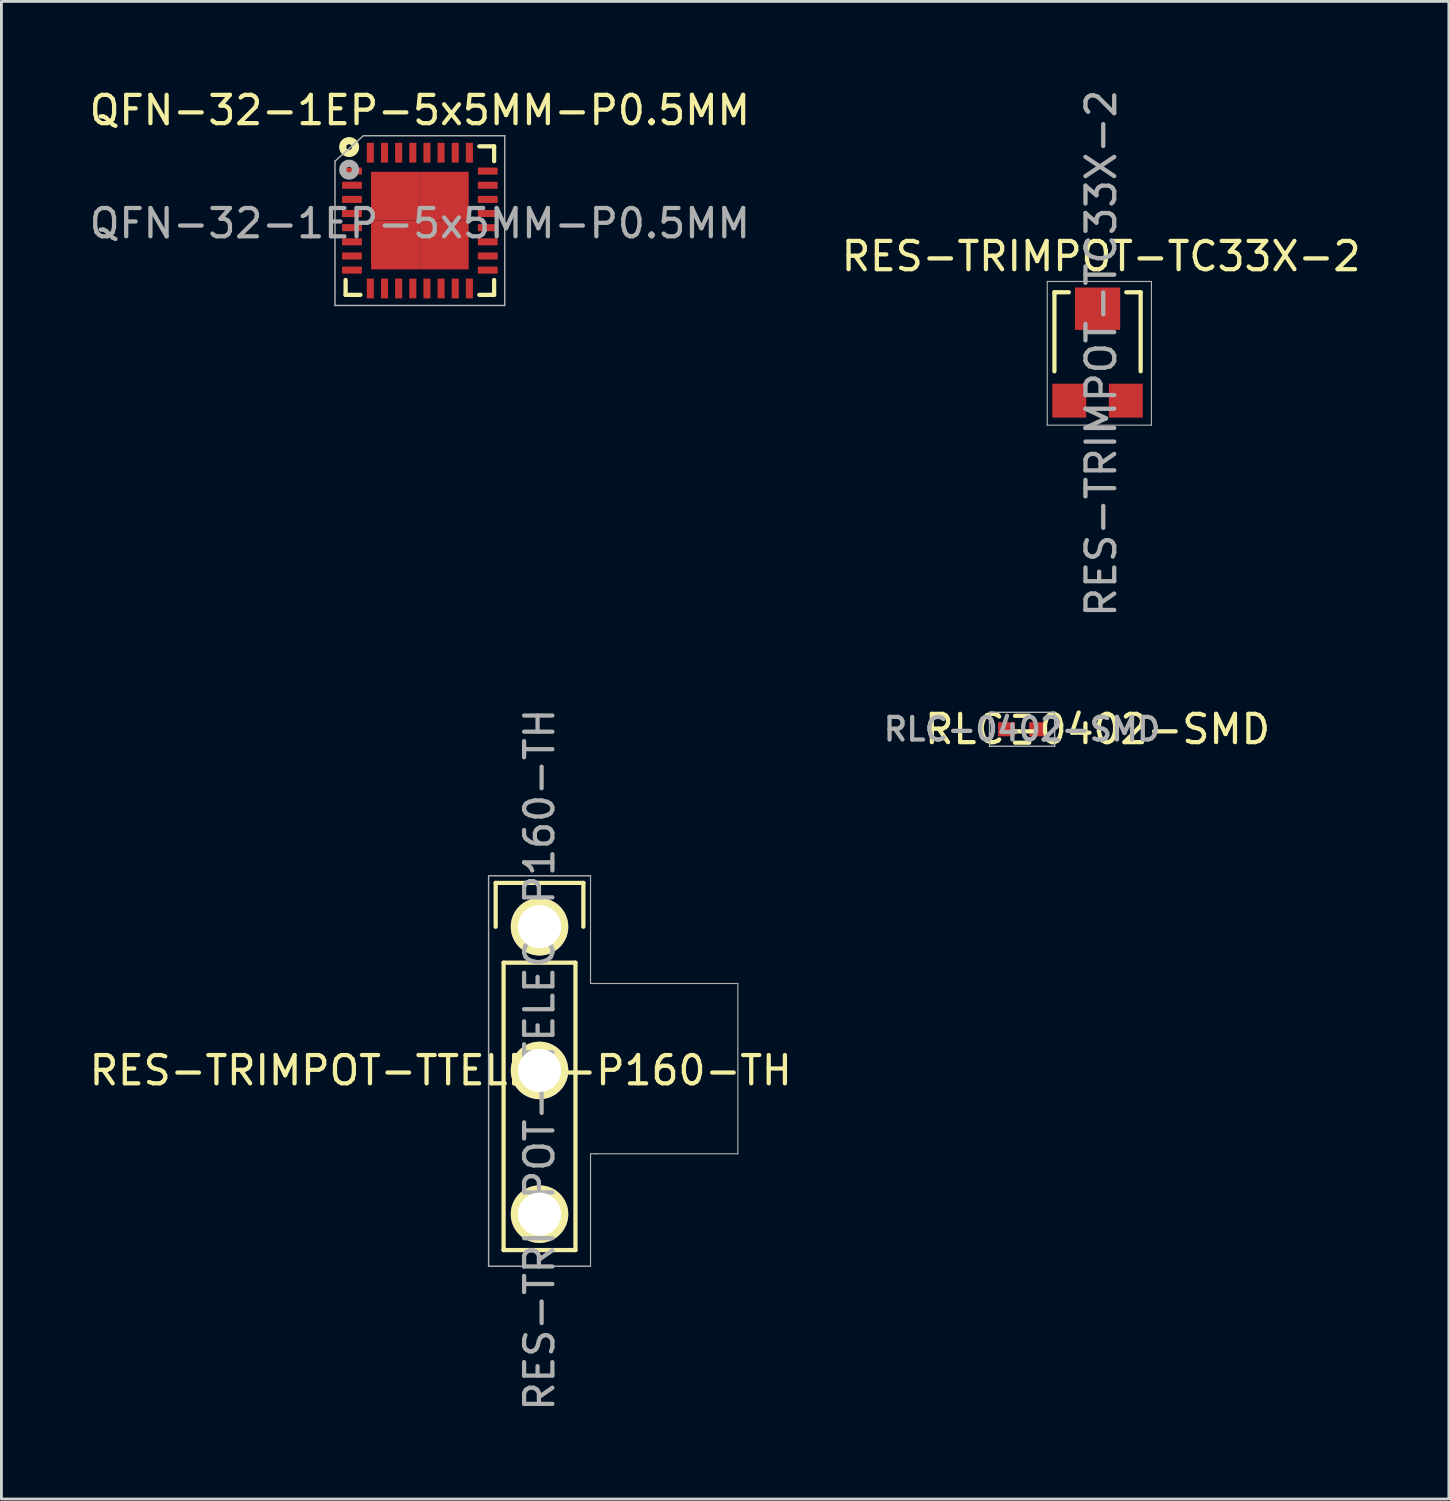
<source format=kicad_pcb>
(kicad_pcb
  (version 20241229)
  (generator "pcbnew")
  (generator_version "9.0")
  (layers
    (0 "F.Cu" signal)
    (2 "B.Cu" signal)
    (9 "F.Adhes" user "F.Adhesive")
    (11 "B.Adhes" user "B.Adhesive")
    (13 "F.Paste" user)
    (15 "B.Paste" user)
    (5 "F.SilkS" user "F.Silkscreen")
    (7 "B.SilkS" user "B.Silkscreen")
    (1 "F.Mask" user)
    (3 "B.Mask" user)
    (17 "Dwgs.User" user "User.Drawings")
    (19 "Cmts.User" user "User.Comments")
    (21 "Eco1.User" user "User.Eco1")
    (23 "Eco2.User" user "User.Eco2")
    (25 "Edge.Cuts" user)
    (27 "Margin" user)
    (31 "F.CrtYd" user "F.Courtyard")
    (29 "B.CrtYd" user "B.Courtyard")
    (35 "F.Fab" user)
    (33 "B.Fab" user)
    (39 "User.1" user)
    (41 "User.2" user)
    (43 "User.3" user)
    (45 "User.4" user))
  (footprint "QFN-32-1EP-5x5MM-P0.5MM"
    (layer "F.Cu")
    (at 11.792 4.748)
    (property "Reference" "QFN-32-1EP-5x5MM-P0.5MM" (at 0 0.1 0) (layer "F.Fab") (effects (font (size 1 1) (thickness 0.15))))
    (attr smd)
    (fp_line (start -2.625 2.625) (end -2.625 2.1) (stroke (width 0.15) (type solid)) (layer "F.SilkS"))
    (fp_line (start -2.625 2.625) (end -2.1 2.625) (stroke (width 0.15) (type solid)) (layer "F.SilkS"))
    (fp_line (start 2.625 -2.625) (end 2.1 -2.625) (stroke (width 0.15) (type solid)) (layer "F.SilkS"))
    (fp_line (start 2.625 -2.625) (end 2.625 -2.1) (stroke (width 0.15) (type solid)) (layer "F.SilkS"))
    (fp_line (start 2.625 2.625) (end 2.1 2.625) (stroke (width 0.15) (type solid)) (layer "F.SilkS"))
    (fp_line (start 2.625 2.625) (end 2.625 2.1) (stroke (width 0.15) (type solid)) (layer "F.SilkS"))
    (fp_circle (center -2.5 -2.6) (end -2.4 -2.6) (stroke (width 0.254) (type solid)) (fill no) (layer "F.SilkS"))
    (fp_line (start -3 3) (end -3 -2.1) (stroke (width 0.051) (type solid)) (layer "F.Fab"))
    (fp_line (start -2 -3) (end -3 -2.1) (stroke (width 0.05) (type solid)) (layer "F.Fab"))
    (fp_line (start -2 -3) (end 3 -3) (stroke (width 0.051) (type solid)) (layer "F.Fab"))
    (fp_line (start 3 -3) (end 3 3) (stroke (width 0.051) (type solid)) (layer "F.Fab"))
    (fp_line (start 3 3) (end -3 3) (stroke (width 0.051) (type solid)) (layer "F.Fab"))
    (fp_circle (center -2.5 -1.8) (end -2.4 -1.8) (stroke (width 0.254) (type solid)) (fill no) (layer "F.Fab"))
    (fp_text user "${REFERENCE}" (at 0 -3.9 0) (layer "F.SilkS") (effects (font (size 1 1) (thickness 0.15))))
    (pad "1" smd rect (at -2.4 -1.75) (size 0.7 0.25) (layers "F.Cu" "F.Mask" "F.Paste"))
    (pad "2" smd rect (at -2.4 -1.25) (size 0.7 0.25) (layers "F.Cu" "F.Mask" "F.Paste"))
    (pad "3" smd rect (at -2.4 -0.75) (size 0.7 0.25) (layers "F.Cu" "F.Mask" "F.Paste"))
    (pad "4" smd rect (at -2.4 -0.25) (size 0.7 0.25) (layers "F.Cu" "F.Mask" "F.Paste"))
    (pad "5" smd rect (at -2.4 0.25) (size 0.7 0.25) (layers "F.Cu" "F.Mask" "F.Paste"))
    (pad "6" smd rect (at -2.4 0.75) (size 0.7 0.25) (layers "F.Cu" "F.Mask" "F.Paste"))
    (pad "7" smd rect (at -2.4 1.25) (size 0.7 0.25) (layers "F.Cu" "F.Mask" "F.Paste"))
    (pad "8" smd rect (at -2.4 1.75) (size 0.7 0.25) (layers "F.Cu" "F.Mask" "F.Paste"))
    (pad "9" smd rect (at -1.75 2.4 90) (size 0.7 0.25) (layers "F.Cu" "F.Mask" "F.Paste"))
    (pad "10" smd rect (at -1.25 2.4 90) (size 0.7 0.25) (layers "F.Cu" "F.Mask" "F.Paste"))
    (pad "11" smd rect (at -0.75 2.4 90) (size 0.7 0.25) (layers "F.Cu" "F.Mask" "F.Paste"))
    (pad "12" smd rect (at -0.25 2.4 90) (size 0.7 0.25) (layers "F.Cu" "F.Mask" "F.Paste"))
    (pad "13" smd rect (at 0.25 2.4 90) (size 0.7 0.25) (layers "F.Cu" "F.Mask" "F.Paste"))
    (pad "14" smd rect (at 0.75 2.4 90) (size 0.7 0.25) (layers "F.Cu" "F.Mask" "F.Paste"))
    (pad "15" smd rect (at 1.25 2.4 90) (size 0.7 0.25) (layers "F.Cu" "F.Mask" "F.Paste"))
    (pad "16" smd rect (at 1.75 2.4 90) (size 0.7 0.25) (layers "F.Cu" "F.Mask" "F.Paste"))
    (pad "17" smd rect (at 2.4 1.75) (size 0.7 0.25) (layers "F.Cu" "F.Mask" "F.Paste"))
    (pad "18" smd rect (at 2.4 1.25) (size 0.7 0.25) (layers "F.Cu" "F.Mask" "F.Paste"))
    (pad "19" smd rect (at 2.4 0.75) (size 0.7 0.25) (layers "F.Cu" "F.Mask" "F.Paste"))
    (pad "20" smd rect (at 2.4 0.25) (size 0.7 0.25) (layers "F.Cu" "F.Mask" "F.Paste"))
    (pad "21" smd rect (at 2.4 -0.25) (size 0.7 0.25) (layers "F.Cu" "F.Mask" "F.Paste"))
    (pad "22" smd rect (at 2.4 -0.75) (size 0.7 0.25) (layers "F.Cu" "F.Mask" "F.Paste"))
    (pad "23" smd rect (at 2.4 -1.25) (size 0.7 0.25) (layers "F.Cu" "F.Mask" "F.Paste"))
    (pad "24" smd rect (at 2.4 -1.75) (size 0.7 0.25) (layers "F.Cu" "F.Mask" "F.Paste"))
    (pad "25" smd rect (at 1.75 -2.4 90) (size 0.7 0.25) (layers "F.Cu" "F.Mask" "F.Paste"))
    (pad "26" smd rect (at 1.25 -2.4 90) (size 0.7 0.25) (layers "F.Cu" "F.Mask" "F.Paste"))
    (pad "27" smd rect (at 0.75 -2.4 90) (size 0.7 0.25) (layers "F.Cu" "F.Mask" "F.Paste"))
    (pad "28" smd rect (at 0.25 -2.4 90) (size 0.7 0.25) (layers "F.Cu" "F.Mask" "F.Paste"))
    (pad "29" smd rect (at -0.25 -2.4 90) (size 0.7 0.25) (layers "F.Cu" "F.Mask" "F.Paste"))
    (pad "30" smd rect (at -0.75 -2.4 90) (size 0.7 0.25) (layers "F.Cu" "F.Mask" "F.Paste"))
    (pad "31" smd rect (at -1.25 -2.4 90) (size 0.7 0.25) (layers "F.Cu" "F.Mask" "F.Paste"))
    (pad "32" smd rect (at -1.75 -2.4 90) (size 0.7 0.25) (layers "F.Cu" "F.Mask" "F.Paste"))
    (pad "33" smd rect (at -0.863 -0.863) (size 1.725 1.725) (layers "F.Cu" "F.Mask" "F.Paste"))
    (pad "33" smd rect (at -0.863 0.863) (size 1.725 1.725) (layers "F.Cu" "F.Mask" "F.Paste"))
    (pad "33" smd rect (at 0.863 -0.863) (size 1.725 1.725) (layers "F.Cu" "F.Mask" "F.Paste"))
    (pad "33" smd rect (at 0.863 0.863) (size 1.725 1.725) (layers "F.Cu" "F.Mask" "F.Paste")))
  (footprint "RES-TRIMPOT-TC33X-2"
    (layer "F.Cu")
    (at 35.748 9.313)
    (property "Reference" "RES-TRIMPOT-TC33X-2" (at 0.127 0.127 90) (layer "F.Fab") (effects (font (size 1.016 1.016) (thickness 0.152))))
    (attr through_hole)
    (fp_line (start -1.524 -2.032) (end -1.524 0.762) (stroke (width 0.15) (type solid)) (layer "F.SilkS"))
    (fp_line (start -1.016 -2.032) (end -1.524 -2.032) (stroke (width 0.15) (type solid)) (layer "F.SilkS"))
    (fp_line (start 1.016 -2.032) (end 1.524 -2.032) (stroke (width 0.15) (type solid)) (layer "F.SilkS"))
    (fp_line (start 1.524 -2.032) (end 1.524 0.762) (stroke (width 0.15) (type solid)) (layer "F.SilkS"))
    (fp_line (start -1.778 -2.413) (end -1.778 2.667) (stroke (width 0.041) (type solid)) (layer "F.Fab"))
    (fp_line (start -1.778 2.667) (end 1.905 2.667) (stroke (width 0.041) (type solid)) (layer "F.Fab"))
    (fp_line (start 1.905 -2.413) (end -1.778 -2.413) (stroke (width 0.041) (type solid)) (layer "F.Fab"))
    (fp_line (start 1.905 2.667) (end 1.905 -2.413) (stroke (width 0.041) (type solid)) (layer "F.Fab"))
    (fp_text user "${REFERENCE}" (at 0.127 -3.302 0) (layer "F.SilkS") (effects (font (size 1 1) (thickness 0.15))))
    (pad "1" smd rect (at -1 1.8) (size 1.2 1.2) (layers "F.Cu" "F.Mask" "F.Paste"))
    (pad "2" smd rect (at 0 -1.45) (size 1.6 1.5) (layers "F.Cu" "F.Mask" "F.Paste"))
    (pad "3" smd rect (at 1 1.8) (size 1.2 1.2) (layers "F.Cu" "F.Mask" "F.Paste")))
  (footprint "RLC-0402-SMD"
    (layer "F.Cu")
    (at 33.081 22.729)
    (property "Reference" "RLC-0402-SMD" (at 0 0 0) (layer "F.Fab") (effects (font (size 0.8 0.8) (thickness 0.15))))
    (attr smd)
    (fp_line (start -0.25 0.475) (end 0.25 0.475) (stroke (width 0.15) (type solid)) (layer "F.SilkS"))
    (fp_line (start 0.25 -0.475) (end -0.25 -0.475) (stroke (width 0.15) (type solid)) (layer "F.SilkS"))
    (fp_line (start -1.15 -0.6) (end -1.15 0.6) (stroke (width 0.05) (type solid)) (layer "F.Fab"))
    (fp_line (start -1.15 -0.6) (end 1.15 -0.6) (stroke (width 0.05) (type solid)) (layer "F.Fab"))
    (fp_line (start -1.15 0.6) (end 1.15 0.6) (stroke (width 0.05) (type solid)) (layer "F.Fab"))
    (fp_line (start 1.15 -0.6) (end 1.15 0.6) (stroke (width 0.05) (type solid)) (layer "F.Fab"))
    (fp_text user "${REFERENCE}" (at 2.667 0 0) (layer "F.SilkS") (effects (font (size 1 1) (thickness 0.15))))
    (pad "1" smd rect (at -0.55 0) (size 0.6 0.5) (layers "F.Cu" "F.Mask" "F.Paste"))
    (pad "2" smd rect (at 0.55 0) (size 0.6 0.5) (layers "F.Cu" "F.Mask" "F.Paste")))
  (footprint "RES-TRIMPOT-TTELEC-P160-TH"
    (layer "F.Cu")
    (at 16.022 29.71)
    (property "Reference" "RES-TRIMPOT-TTELEC-P160-TH" (at 0 4.7 90) (layer "F.Fab") (effects (font (size 1 1) (thickness 0.15))))
    (attr through_hole)
    (fp_line (start -1.55 -1.55) (end 1.55 -1.55) (stroke (width 0.15) (type solid)) (layer "F.SilkS"))
    (fp_line (start -1.55 0) (end -1.55 -1.55) (stroke (width 0.15) (type solid)) (layer "F.SilkS"))
    (fp_line (start -1.27 11.43) (end -1.27 1.27) (stroke (width 0.15) (type solid)) (layer "F.SilkS"))
    (fp_line (start 1.27 1.27) (end -1.27 1.27) (stroke (width 0.15) (type solid)) (layer "F.SilkS"))
    (fp_line (start 1.27 1.27) (end 1.27 11.43) (stroke (width 0.15) (type solid)) (layer "F.SilkS"))
    (fp_line (start 1.27 11.43) (end -1.27 11.43) (stroke (width 0.15) (type solid)) (layer "F.SilkS"))
    (fp_line (start 1.55 -1.55) (end 1.55 0) (stroke (width 0.15) (type solid)) (layer "F.SilkS"))
    (fp_line (start -1.8 -1.8) (end -1.8 12) (stroke (width 0.051) (type solid)) (layer "F.Fab"))
    (fp_line (start -1.8 12) (end 1.8 12) (stroke (width 0.051) (type solid)) (layer "F.Fab"))
    (fp_line (start 1.8 -1.8) (end -1.8 -1.8) (stroke (width 0.051) (type solid)) (layer "F.Fab"))
    (fp_line (start 1.803 -1.803) (end 1.803 2.007) (stroke (width 0.041) (type solid)) (layer "F.Fab"))
    (fp_line (start 1.803 2.007) (end 2.007 2.007) (stroke (width 0.041) (type solid)) (layer "F.Fab"))
    (fp_line (start 1.803 8.026) (end 2.007 8.026) (stroke (width 0.041) (type solid)) (layer "F.Fab"))
    (fp_line (start 1.803 11.989) (end 1.803 8.026) (stroke (width 0.041) (type solid)) (layer "F.Fab"))
    (fp_line (start 1.981 8.026) (end 7.01 8.026) (stroke (width 0.041) (type solid)) (layer "F.Fab"))
    (fp_line (start 7.01 2.007) (end 2.007 2.007) (stroke (width 0.041) (type solid)) (layer "F.Fab"))
    (fp_line (start 7.01 5.055) (end 7.01 2.007) (stroke (width 0.041) (type solid)) (layer "F.Fab"))
    (fp_line (start 7.01 8.026) (end 7.01 5.055) (stroke (width 0.041) (type solid)) (layer "F.Fab"))
    (fp_circle (center 0 0) (end 0.1 0.2) (stroke (width 0.254) (type solid)) (fill no) (layer "F.Fab"))
    (fp_text user "${REFERENCE}" (at -3.493 5.08 180) (layer "F.SilkS") (effects (font (size 1 1) (thickness 0.15))))
    (pad "1" thru_hole circle (at 0 0) (size 2.032 2.032) (drill 1.524) (layers "*.Cu" "*.Mask" "F.SilkS"))
    (pad "2" thru_hole circle (at 0 5.08) (size 2.032 2.032) (drill 1.524) (layers "*.Cu" "*.Mask" "F.SilkS"))
    (pad "3" thru_hole circle (at 0 10.16) (size 2.032 2.032) (drill 1.524) (layers "*.Cu" "*.Mask" "F.SilkS")))
  (gr_rect
    (start -3 -3)
    (end 48.167 49.94)
    (stroke (width 0.1) (type default))
    (fill no)
    (layer "Edge.Cuts")))
</source>
